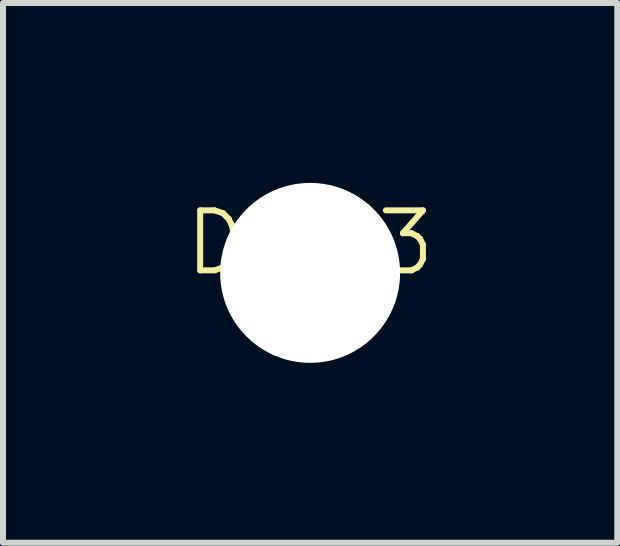
<source format=kicad_pcb>
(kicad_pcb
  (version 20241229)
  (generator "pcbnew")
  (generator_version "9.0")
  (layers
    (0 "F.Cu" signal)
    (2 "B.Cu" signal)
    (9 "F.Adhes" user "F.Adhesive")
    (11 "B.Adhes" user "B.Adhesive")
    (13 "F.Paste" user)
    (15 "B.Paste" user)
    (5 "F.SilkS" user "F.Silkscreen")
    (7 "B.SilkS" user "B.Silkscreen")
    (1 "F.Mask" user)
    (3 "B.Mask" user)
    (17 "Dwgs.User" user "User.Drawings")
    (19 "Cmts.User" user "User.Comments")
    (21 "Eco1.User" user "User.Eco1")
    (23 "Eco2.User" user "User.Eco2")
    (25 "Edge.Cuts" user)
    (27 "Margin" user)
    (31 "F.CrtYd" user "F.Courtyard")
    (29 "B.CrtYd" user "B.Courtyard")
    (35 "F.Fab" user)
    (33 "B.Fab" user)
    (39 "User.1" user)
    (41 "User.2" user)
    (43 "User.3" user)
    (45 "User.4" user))
  (footprint "DHM3"
    (layer "F.Cu")
    (at 2.121 1.5)
    (property "Reference" "DHM3" (at 0 -0.5 0) (unlocked yes) (layer "F.SilkS") (effects (font (size 1 1) (thickness 0.1))))
    (attr through_hole)
    (pad "" np_thru_hole circle (at 0 0) (size 3 3) (drill 3) (layers "*.Cu" "*.Mask")))
  (gr_rect
    (start -3 -3)
    (end 7.243 6)
    (stroke (width 0.1) (type default))
    (fill no)
    (layer "Edge.Cuts")))
</source>
